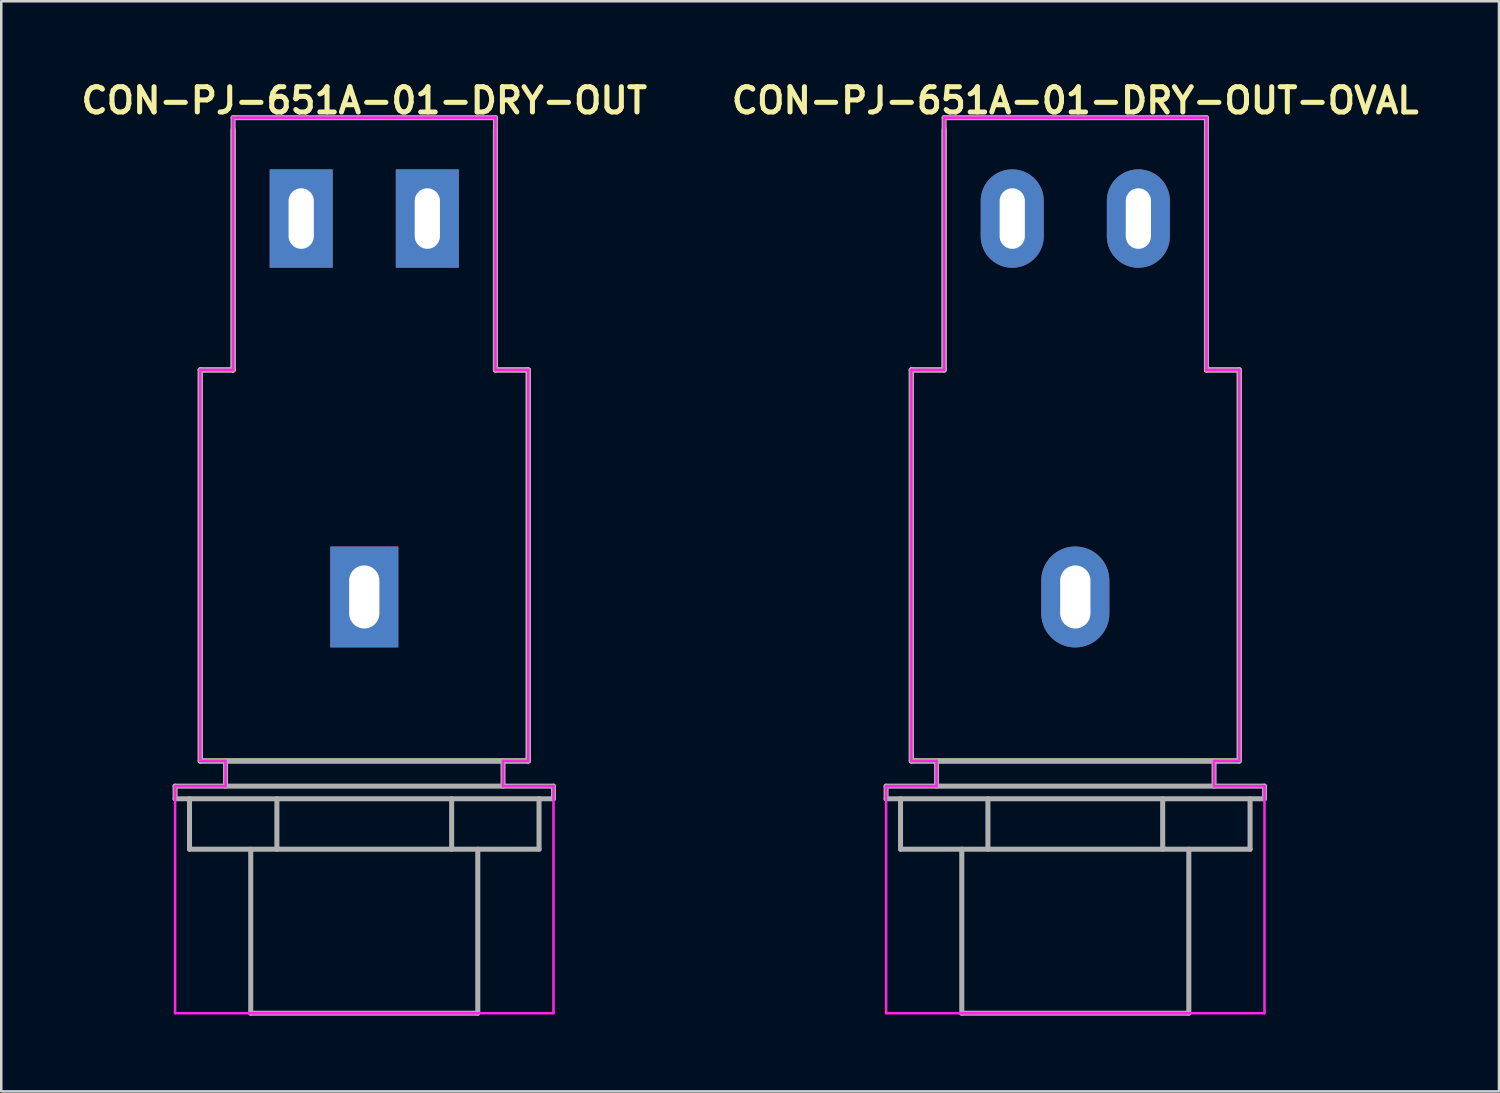
<source format=kicad_pcb>
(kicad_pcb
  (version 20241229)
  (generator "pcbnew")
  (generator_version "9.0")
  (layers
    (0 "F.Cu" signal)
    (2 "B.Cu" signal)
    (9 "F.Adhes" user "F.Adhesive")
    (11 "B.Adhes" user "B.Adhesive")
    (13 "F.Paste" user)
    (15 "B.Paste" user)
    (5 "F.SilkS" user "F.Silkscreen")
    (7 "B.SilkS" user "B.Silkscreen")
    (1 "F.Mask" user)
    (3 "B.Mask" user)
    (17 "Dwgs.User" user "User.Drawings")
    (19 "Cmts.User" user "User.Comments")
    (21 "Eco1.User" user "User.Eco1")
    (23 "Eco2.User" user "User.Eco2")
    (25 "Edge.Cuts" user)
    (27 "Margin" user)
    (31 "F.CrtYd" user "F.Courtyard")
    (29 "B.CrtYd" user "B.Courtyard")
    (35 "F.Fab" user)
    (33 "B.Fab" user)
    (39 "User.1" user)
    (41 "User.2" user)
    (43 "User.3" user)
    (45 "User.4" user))
  (footprint "CON-PJ-651A-01-DRY-OUT-OVAL"
    (layer "F.Cu")
    (at 39.576 28.114)
    (property "Reference" "CON-PJ-651A-01-DRY-OUT-OVAL" (at 0 -27.178 0) (layer "F.SilkS") (effects (font (size 1 1) (thickness 0.2))))
    (attr through_hole)
    (fp_line (start -6.5 -16.5) (end -6.5 -1) (stroke (width 0.2) (type solid)) (layer "F.SilkS"))
    (fp_line (start -6.5 -16.5) (end -5.2 -16.5) (stroke (width 0.2) (type solid)) (layer "F.SilkS"))
    (fp_line (start -6.5 -1) (end 6.5 -1) (stroke (width 0.2) (type solid)) (layer "F.SilkS"))
    (fp_line (start -5.2 -26.035) (end -5.2 -16.5) (stroke (width 0.2) (type solid)) (layer "F.SilkS"))
    (fp_line (start 5.2 -26.035) (end 5.2 -16.5) (stroke (width 0.2) (type solid)) (layer "F.SilkS"))
    (fp_line (start 5.2 -16.5) (end 6.5 -16.5) (stroke (width 0.2) (type solid)) (layer "F.SilkS"))
    (fp_line (start 6.5 -16.5) (end 6.5 -1) (stroke (width 0.2) (type solid)) (layer "F.SilkS"))
    (fp_line (start -7.5 0) (end -7.5 9) (stroke (width 0.1) (type solid)) (layer "F.CrtYd"))
    (fp_line (start -7.5 0) (end -5.5 0) (stroke (width 0.1) (type solid)) (layer "F.CrtYd"))
    (fp_line (start -7.5 9) (end 7.5 9) (stroke (width 0.1) (type solid)) (layer "F.CrtYd"))
    (fp_line (start -6.5 -16.5) (end -6.5 -1) (stroke (width 0.1) (type solid)) (layer "F.CrtYd"))
    (fp_line (start -6.5 -16.5) (end -5.2 -16.5) (stroke (width 0.1) (type solid)) (layer "F.CrtYd"))
    (fp_line (start -6.5 -1) (end -5.5 -1) (stroke (width 0.1) (type solid)) (layer "F.CrtYd"))
    (fp_line (start -5.5 -1) (end -5.5 0) (stroke (width 0.1) (type solid)) (layer "F.CrtYd"))
    (fp_line (start -5.2 -26.5) (end -5.2 -16.5) (stroke (width 0.1) (type solid)) (layer "F.CrtYd"))
    (fp_line (start -5.2 -26.5) (end 5.2 -26.5) (stroke (width 0.1) (type solid)) (layer "F.CrtYd"))
    (fp_line (start 5.2 -26.5) (end 5.2 -16.5) (stroke (width 0.1) (type solid)) (layer "F.CrtYd"))
    (fp_line (start 5.2 -16.5) (end 6.5 -16.5) (stroke (width 0.1) (type solid)) (layer "F.CrtYd"))
    (fp_line (start 5.5 -1) (end 5.5 0) (stroke (width 0.1) (type solid)) (layer "F.CrtYd"))
    (fp_line (start 5.5 -1) (end 6.5 -1) (stroke (width 0.1) (type solid)) (layer "F.CrtYd"))
    (fp_line (start 5.5 0) (end 7.5 0) (stroke (width 0.1) (type solid)) (layer "F.CrtYd"))
    (fp_line (start 6.5 -16.5) (end 6.5 -1) (stroke (width 0.1) (type solid)) (layer "F.CrtYd"))
    (fp_line (start 7.5 0) (end 7.5 9) (stroke (width 0.1) (type solid)) (layer "F.CrtYd"))
    (fp_line (start -7.5 0) (end -7.5 0.5) (stroke (width 0.2) (type solid)) (layer "F.Fab"))
    (fp_line (start -7.5 0) (end 7.5 0) (stroke (width 0.2) (type solid)) (layer "F.Fab"))
    (fp_line (start -7.5 0.5) (end 7.5 0.5) (stroke (width 0.2) (type solid)) (layer "F.Fab"))
    (fp_line (start -6.928 0.5) (end -6.928 2.5) (stroke (width 0.2) (type solid)) (layer "F.Fab"))
    (fp_line (start -6.928 2.5) (end 6.928 2.5) (stroke (width 0.2) (type solid)) (layer "F.Fab"))
    (fp_line (start -6.5 -16.5) (end -6.5 -1) (stroke (width 0.2) (type solid)) (layer "F.Fab"))
    (fp_line (start -6.5 -16.5) (end -5.2 -16.5) (stroke (width 0.2) (type solid)) (layer "F.Fab"))
    (fp_line (start -6.5 -1) (end 6.5 -1) (stroke (width 0.2) (type solid)) (layer "F.Fab"))
    (fp_line (start -5.5 -1) (end -5.5 0) (stroke (width 0.2) (type solid)) (layer "F.Fab"))
    (fp_line (start -5.2 -26.5) (end -5.2 -16.5) (stroke (width 0.2) (type solid)) (layer "F.Fab"))
    (fp_line (start -5.2 -26.5) (end 5.2 -26.5) (stroke (width 0.2) (type solid)) (layer "F.Fab"))
    (fp_line (start -4.5 2.5) (end -4.5 9) (stroke (width 0.2) (type solid)) (layer "F.Fab"))
    (fp_line (start -4.5 9) (end 4.5 9) (stroke (width 0.2) (type solid)) (layer "F.Fab"))
    (fp_line (start -3.464 0.5) (end -3.464 2.5) (stroke (width 0.2) (type solid)) (layer "F.Fab"))
    (fp_line (start 3.464 0.5) (end 3.464 2.5) (stroke (width 0.2) (type solid)) (layer "F.Fab"))
    (fp_line (start 4.5 2.5) (end 4.5 9) (stroke (width 0.2) (type solid)) (layer "F.Fab"))
    (fp_line (start 5.2 -26.5) (end 5.2 -16.5) (stroke (width 0.2) (type solid)) (layer "F.Fab"))
    (fp_line (start 5.2 -16.5) (end 6.5 -16.5) (stroke (width 0.2) (type solid)) (layer "F.Fab"))
    (fp_line (start 5.5 -1) (end 5.5 0) (stroke (width 0.2) (type solid)) (layer "F.Fab"))
    (fp_line (start 6.5 -16.5) (end 6.5 -1) (stroke (width 0.2) (type solid)) (layer "F.Fab"))
    (fp_line (start 6.928 0.5) (end 6.928 2.5) (stroke (width 0.2) (type solid)) (layer "F.Fab"))
    (fp_line (start 7.5 0) (end 7.5 0.5) (stroke (width 0.2) (type solid)) (layer "F.Fab"))
    (pad "R" thru_hole oval (at -2.5 -22.5) (size 2.5 3.9) (drill oval 1 2.4) (layers "*.Cu" "*.Mask"))
    (pad "S" thru_hole oval (at 0 -7.5) (size 2.7 4) (drill oval 1.2 2.5) (layers "*.Cu" "*.Mask"))
    (pad "T" thru_hole oval (at 2.5 -22.5) (size 2.5 3.9) (drill oval 1 2.4) (layers "*.Cu" "*.Mask")))
  (footprint "CON-PJ-651A-01-DRY-OUT"
    (layer "F.Cu")
    (at 11.39 28.114)
    (property "Reference" "CON-PJ-651A-01-DRY-OUT" (at 0 -27.178 0) (layer "F.SilkS") (effects (font (size 1 1) (thickness 0.2))))
    (attr through_hole)
    (fp_line (start -6.5 -16.5) (end -6.5 -1) (stroke (width 0.2) (type solid)) (layer "F.SilkS"))
    (fp_line (start -6.5 -16.5) (end -5.2 -16.5) (stroke (width 0.2) (type solid)) (layer "F.SilkS"))
    (fp_line (start -6.5 -1) (end 6.5 -1) (stroke (width 0.2) (type solid)) (layer "F.SilkS"))
    (fp_line (start -5.2 -26.035) (end -5.2 -16.5) (stroke (width 0.2) (type solid)) (layer "F.SilkS"))
    (fp_line (start 5.2 -26.035) (end 5.2 -16.5) (stroke (width 0.2) (type solid)) (layer "F.SilkS"))
    (fp_line (start 5.2 -16.5) (end 6.5 -16.5) (stroke (width 0.2) (type solid)) (layer "F.SilkS"))
    (fp_line (start 6.5 -16.5) (end 6.5 -1) (stroke (width 0.2) (type solid)) (layer "F.SilkS"))
    (fp_line (start -7.5 0) (end -7.5 9) (stroke (width 0.1) (type solid)) (layer "F.CrtYd"))
    (fp_line (start -7.5 0) (end -5.5 0) (stroke (width 0.1) (type solid)) (layer "F.CrtYd"))
    (fp_line (start -7.5 9) (end 7.5 9) (stroke (width 0.1) (type solid)) (layer "F.CrtYd"))
    (fp_line (start -6.5 -16.5) (end -6.5 -1) (stroke (width 0.1) (type solid)) (layer "F.CrtYd"))
    (fp_line (start -6.5 -16.5) (end -5.2 -16.5) (stroke (width 0.1) (type solid)) (layer "F.CrtYd"))
    (fp_line (start -6.5 -1) (end -5.5 -1) (stroke (width 0.1) (type solid)) (layer "F.CrtYd"))
    (fp_line (start -5.5 -1) (end -5.5 0) (stroke (width 0.1) (type solid)) (layer "F.CrtYd"))
    (fp_line (start -5.2 -26.5) (end -5.2 -16.5) (stroke (width 0.1) (type solid)) (layer "F.CrtYd"))
    (fp_line (start -5.2 -26.5) (end 5.2 -26.5) (stroke (width 0.1) (type solid)) (layer "F.CrtYd"))
    (fp_line (start 5.2 -26.5) (end 5.2 -16.5) (stroke (width 0.1) (type solid)) (layer "F.CrtYd"))
    (fp_line (start 5.2 -16.5) (end 6.5 -16.5) (stroke (width 0.1) (type solid)) (layer "F.CrtYd"))
    (fp_line (start 5.5 -1) (end 5.5 0) (stroke (width 0.1) (type solid)) (layer "F.CrtYd"))
    (fp_line (start 5.5 -1) (end 6.5 -1) (stroke (width 0.1) (type solid)) (layer "F.CrtYd"))
    (fp_line (start 5.5 0) (end 7.5 0) (stroke (width 0.1) (type solid)) (layer "F.CrtYd"))
    (fp_line (start 6.5 -16.5) (end 6.5 -1) (stroke (width 0.1) (type solid)) (layer "F.CrtYd"))
    (fp_line (start 7.5 0) (end 7.5 9) (stroke (width 0.1) (type solid)) (layer "F.CrtYd"))
    (fp_line (start -7.5 0) (end -7.5 0.5) (stroke (width 0.2) (type solid)) (layer "F.Fab"))
    (fp_line (start -7.5 0) (end 7.5 0) (stroke (width 0.2) (type solid)) (layer "F.Fab"))
    (fp_line (start -7.5 0.5) (end 7.5 0.5) (stroke (width 0.2) (type solid)) (layer "F.Fab"))
    (fp_line (start -6.928 0.5) (end -6.928 2.5) (stroke (width 0.2) (type solid)) (layer "F.Fab"))
    (fp_line (start -6.928 2.5) (end 6.928 2.5) (stroke (width 0.2) (type solid)) (layer "F.Fab"))
    (fp_line (start -6.5 -16.5) (end -6.5 -1) (stroke (width 0.2) (type solid)) (layer "F.Fab"))
    (fp_line (start -6.5 -16.5) (end -5.2 -16.5) (stroke (width 0.2) (type solid)) (layer "F.Fab"))
    (fp_line (start -6.5 -1) (end 6.5 -1) (stroke (width 0.2) (type solid)) (layer "F.Fab"))
    (fp_line (start -5.5 -1) (end -5.5 0) (stroke (width 0.2) (type solid)) (layer "F.Fab"))
    (fp_line (start -5.2 -26.5) (end -5.2 -16.5) (stroke (width 0.2) (type solid)) (layer "F.Fab"))
    (fp_line (start -5.2 -26.5) (end 5.2 -26.5) (stroke (width 0.2) (type solid)) (layer "F.Fab"))
    (fp_line (start -4.5 2.5) (end -4.5 9) (stroke (width 0.2) (type solid)) (layer "F.Fab"))
    (fp_line (start -4.5 9) (end 4.5 9) (stroke (width 0.2) (type solid)) (layer "F.Fab"))
    (fp_line (start -3.464 0.5) (end -3.464 2.5) (stroke (width 0.2) (type solid)) (layer "F.Fab"))
    (fp_line (start 3.464 0.5) (end 3.464 2.5) (stroke (width 0.2) (type solid)) (layer "F.Fab"))
    (fp_line (start 4.5 2.5) (end 4.5 9) (stroke (width 0.2) (type solid)) (layer "F.Fab"))
    (fp_line (start 5.2 -26.5) (end 5.2 -16.5) (stroke (width 0.2) (type solid)) (layer "F.Fab"))
    (fp_line (start 5.2 -16.5) (end 6.5 -16.5) (stroke (width 0.2) (type solid)) (layer "F.Fab"))
    (fp_line (start 5.5 -1) (end 5.5 0) (stroke (width 0.2) (type solid)) (layer "F.Fab"))
    (fp_line (start 6.5 -16.5) (end 6.5 -1) (stroke (width 0.2) (type solid)) (layer "F.Fab"))
    (fp_line (start 6.928 0.5) (end 6.928 2.5) (stroke (width 0.2) (type solid)) (layer "F.Fab"))
    (fp_line (start 7.5 0) (end 7.5 0.5) (stroke (width 0.2) (type solid)) (layer "F.Fab"))
    (pad "R" thru_hole rect (at -2.5 -22.5) (size 2.5 3.9) (drill oval 1 2.4) (layers "*.Cu" "*.Mask"))
    (pad "S" thru_hole rect (at 0 -7.5) (size 2.7 4) (drill oval 1.2 2.5) (layers "*.Cu" "*.Mask"))
    (pad "T" thru_hole rect (at 2.5 -22.5) (size 2.5 3.9) (drill oval 1 2.4) (layers "*.Cu" "*.Mask")))
  (gr_rect
    (start -3 -3)
    (end 56.371 40.214)
    (stroke (width 0.1) (type default))
    (fill no)
    (layer "Edge.Cuts")))
</source>
